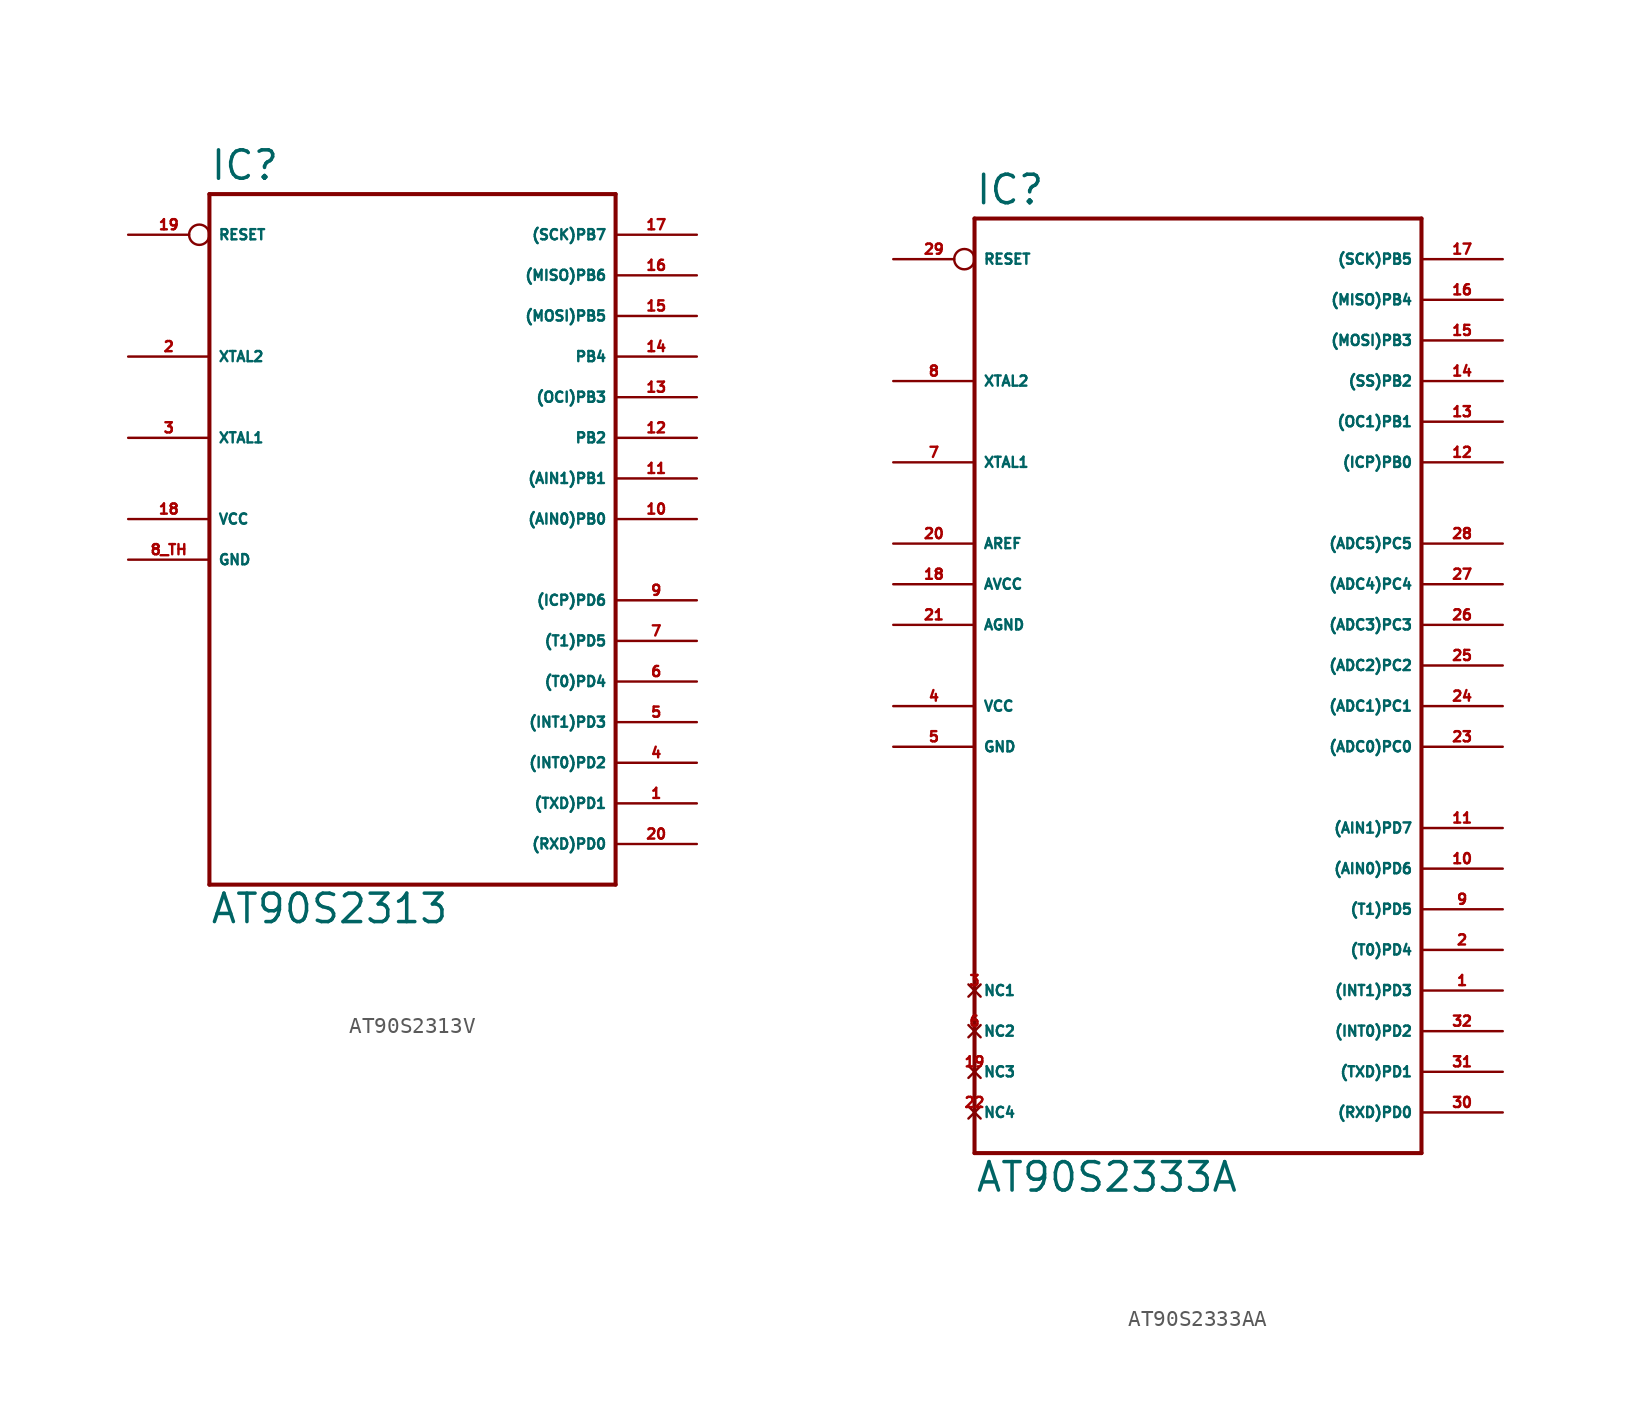
<source format=kicad_sym>
(kicad_symbol_lib
  (version 20220914)
  (generator Eagle2Kicad)
  (symbol "AT90S2313V"
    (property "Reference" "IC"
      (at -12.7 23.622 0)
      (effects (font (size 1.778 1.778) (thickness 0.22)) (justify left bottom)))
    (property "Value" "AT90S2313"
      (at -12.7 -22.86 0)
      (effects (font (size 1.778 1.778) (thickness 0.22)) (justify left bottom)))
    (polyline
      (pts (xy -12.7 22.86) (xy 12.7 22.86))
      (stroke (width 0.254) (type default))
      (fill (type none)))
    (polyline
      (pts (xy 12.7 22.86) (xy 12.7 -20.32))
      (stroke (width 0.254) (type default))
      (fill (type none)))
    (polyline
      (pts (xy 12.7 -20.32) (xy -12.7 -20.32))
      (stroke (width 0.254) (type default))
      (fill (type none)))
    (polyline
      (pts (xy -12.7 -20.32) (xy -12.7 22.86))
      (stroke (width 0.254) (type default))
      (fill (type none)))
    (pin bidirectional line
      (at 17.78 20.32 180)
      (length 5.08)
      (name "(SCK)PB7" (effects (font (size 0.635 0.635) (thickness 0.08)) (justify left bottom)))
      (number "17" (effects (font (size 0.635 0.635) (thickness 0.08)) (justify left bottom))))
    (pin bidirectional line
      (at 17.78 17.78 180)
      (length 5.08)
      (name "(MISO)PB6" (effects (font (size 0.635 0.635) (thickness 0.08)) (justify left bottom)))
      (number "16" (effects (font (size 0.635 0.635) (thickness 0.08)) (justify left bottom))))
    (pin bidirectional line
      (at 17.78 15.24 180)
      (length 5.08)
      (name "(MOSI)PB5" (effects (font (size 0.635 0.635) (thickness 0.08)) (justify left bottom)))
      (number "15" (effects (font (size 0.635 0.635) (thickness 0.08)) (justify left bottom))))
    (pin bidirectional line
      (at 17.78 12.7 180)
      (length 5.08)
      (name "PB4" (effects (font (size 0.635 0.635) (thickness 0.08)) (justify left bottom)))
      (number "14" (effects (font (size 0.635 0.635) (thickness 0.08)) (justify left bottom))))
    (pin bidirectional line
      (at 17.78 10.16 180)
      (length 5.08)
      (name "(OCI)PB3" (effects (font (size 0.635 0.635) (thickness 0.08)) (justify left bottom)))
      (number "13" (effects (font (size 0.635 0.635) (thickness 0.08)) (justify left bottom))))
    (pin bidirectional line
      (at 17.78 7.62 180)
      (length 5.08)
      (name "PB2" (effects (font (size 0.635 0.635) (thickness 0.08)) (justify left bottom)))
      (number "12" (effects (font (size 0.635 0.635) (thickness 0.08)) (justify left bottom))))
    (pin bidirectional line
      (at 17.78 5.08 180)
      (length 5.08)
      (name "(AIN1)PB1" (effects (font (size 0.635 0.635) (thickness 0.08)) (justify left bottom)))
      (number "11" (effects (font (size 0.635 0.635) (thickness 0.08)) (justify left bottom))))
    (pin bidirectional line
      (at 17.78 2.54 180)
      (length 5.08)
      (name "(AIN0)PB0" (effects (font (size 0.635 0.635) (thickness 0.08)) (justify left bottom)))
      (number "10" (effects (font (size 0.635 0.635) (thickness 0.08)) (justify left bottom))))
    (pin bidirectional line
      (at 17.78 -2.54 180)
      (length 5.08)
      (name "(ICP)PD6" (effects (font (size 0.635 0.635) (thickness 0.08)) (justify left bottom)))
      (number "9" (effects (font (size 0.635 0.635) (thickness 0.08)) (justify left bottom))))
    (pin bidirectional line
      (at 17.78 -5.08 180)
      (length 5.08)
      (name "(T1)PD5" (effects (font (size 0.635 0.635) (thickness 0.08)) (justify left bottom)))
      (number "7" (effects (font (size 0.635 0.635) (thickness 0.08)) (justify left bottom))))
    (pin bidirectional line
      (at 17.78 -7.62 180)
      (length 5.08)
      (name "(T0)PD4" (effects (font (size 0.635 0.635) (thickness 0.08)) (justify left bottom)))
      (number "6" (effects (font (size 0.635 0.635) (thickness 0.08)) (justify left bottom))))
    (pin bidirectional line
      (at 17.78 -10.16 180)
      (length 5.08)
      (name "(INT1)PD3" (effects (font (size 0.635 0.635) (thickness 0.08)) (justify left bottom)))
      (number "5" (effects (font (size 0.635 0.635) (thickness 0.08)) (justify left bottom))))
    (pin bidirectional line
      (at 17.78 -12.7 180)
      (length 5.08)
      (name "(INT0)PD2" (effects (font (size 0.635 0.635) (thickness 0.08)) (justify left bottom)))
      (number "4" (effects (font (size 0.635 0.635) (thickness 0.08)) (justify left bottom))))
    (pin bidirectional line
      (at 17.78 -15.24 180)
      (length 5.08)
      (name "(TXD)PD1" (effects (font (size 0.635 0.635) (thickness 0.08)) (justify left bottom)))
      (number "1" (effects (font (size 0.635 0.635) (thickness 0.08)) (justify left bottom))))
    (pin bidirectional line
      (at 17.78 -17.78 180)
      (length 5.08)
      (name "(RXD)PD0" (effects (font (size 0.635 0.635) (thickness 0.08)) (justify left bottom)))
      (number "20" (effects (font (size 0.635 0.635) (thickness 0.08)) (justify left bottom))))
    (pin unspecified line
      (at -17.78 0 0)
      (length 5.08)
      (name "GND" (effects (font (size 0.635 0.635) (thickness 0.08)) (justify left bottom)))
      (number "8 TH" (effects (font (size 0.635 0.635) (thickness 0.08)) (justify left bottom))))
    (pin unspecified line
      (at -17.78 2.54 0)
      (length 5.08)
      (name "VCC" (effects (font (size 0.635 0.635) (thickness 0.08)) (justify left bottom)))
      (number "18" (effects (font (size 0.635 0.635) (thickness 0.08)) (justify left bottom))))
    (pin bidirectional line
      (at -17.78 7.62 0)
      (length 5.08)
      (name "XTAL1" (effects (font (size 0.635 0.635) (thickness 0.08)) (justify left bottom)))
      (number "3" (effects (font (size 0.635 0.635) (thickness 0.08)) (justify left bottom))))
    (pin bidirectional line
      (at -17.78 12.7 0)
      (length 5.08)
      (name "XTAL2" (effects (font (size 0.635 0.635) (thickness 0.08)) (justify left bottom)))
      (number "2" (effects (font (size 0.635 0.635) (thickness 0.08)) (justify left bottom))))
    (pin bidirectional inverted
      (at -17.78 20.32 0)
      (length 5.08)
      (name "RESET" (effects (font (size 0.635 0.635) (thickness 0.08)) (justify left bottom)))
      (number "19" (effects (font (size 0.635 0.635) (thickness 0.08)) (justify left bottom)))))
  (symbol "AT90S2333AA"
    (property "Reference" "IC"
      (at -15.24 28.702 0)
      (effects (font (size 1.778 1.778) (thickness 0.22)) (justify left bottom)))
    (property "Value" "AT90S2333A"
      (at -15.24 -33.02 0)
      (effects (font (size 1.778 1.778) (thickness 0.22)) (justify left bottom)))
    (polyline
      (pts (xy -15.24 27.94) (xy 12.7 27.94))
      (stroke (width 0.254) (type default))
      (fill (type none)))
    (polyline
      (pts (xy 12.7 27.94) (xy 12.7 -30.48))
      (stroke (width 0.254) (type default))
      (fill (type none)))
    (polyline
      (pts (xy 12.7 -30.48) (xy -15.24 -30.48))
      (stroke (width 0.254) (type default))
      (fill (type none)))
    (polyline
      (pts (xy -15.24 -30.48) (xy -15.24 27.94))
      (stroke (width 0.254) (type default))
      (fill (type none)))
    (pin bidirectional line
      (at 17.78 7.62 180)
      (length 5.08)
      (name "(ADC5)PC5" (effects (font (size 0.635 0.635) (thickness 0.08)) (justify left bottom)))
      (number "28" (effects (font (size 0.635 0.635) (thickness 0.08)) (justify left bottom))))
    (pin bidirectional line
      (at 17.78 5.08 180)
      (length 5.08)
      (name "(ADC4)PC4" (effects (font (size 0.635 0.635) (thickness 0.08)) (justify left bottom)))
      (number "27" (effects (font (size 0.635 0.635) (thickness 0.08)) (justify left bottom))))
    (pin bidirectional line
      (at 17.78 2.54 180)
      (length 5.08)
      (name "(ADC3)PC3" (effects (font (size 0.635 0.635) (thickness 0.08)) (justify left bottom)))
      (number "26" (effects (font (size 0.635 0.635) (thickness 0.08)) (justify left bottom))))
    (pin bidirectional line
      (at 17.78 0 180)
      (length 5.08)
      (name "(ADC2)PC2" (effects (font (size 0.635 0.635) (thickness 0.08)) (justify left bottom)))
      (number "25" (effects (font (size 0.635 0.635) (thickness 0.08)) (justify left bottom))))
    (pin bidirectional line
      (at 17.78 -2.54 180)
      (length 5.08)
      (name "(ADC1)PC1" (effects (font (size 0.635 0.635) (thickness 0.08)) (justify left bottom)))
      (number "24" (effects (font (size 0.635 0.635) (thickness 0.08)) (justify left bottom))))
    (pin bidirectional line
      (at 17.78 -5.08 180)
      (length 5.08)
      (name "(ADC0)PC0" (effects (font (size 0.635 0.635) (thickness 0.08)) (justify left bottom)))
      (number "23" (effects (font (size 0.635 0.635) (thickness 0.08)) (justify left bottom))))
    (pin bidirectional line
      (at 17.78 25.4 180)
      (length 5.08)
      (name "(SCK)PB5" (effects (font (size 0.635 0.635) (thickness 0.08)) (justify left bottom)))
      (number "17" (effects (font (size 0.635 0.635) (thickness 0.08)) (justify left bottom))))
    (pin bidirectional line
      (at 17.78 22.86 180)
      (length 5.08)
      (name "(MISO)PB4" (effects (font (size 0.635 0.635) (thickness 0.08)) (justify left bottom)))
      (number "16" (effects (font (size 0.635 0.635) (thickness 0.08)) (justify left bottom))))
    (pin bidirectional line
      (at 17.78 20.32 180)
      (length 5.08)
      (name "(MOSI)PB3" (effects (font (size 0.635 0.635) (thickness 0.08)) (justify left bottom)))
      (number "15" (effects (font (size 0.635 0.635) (thickness 0.08)) (justify left bottom))))
    (pin bidirectional line
      (at 17.78 17.78 180)
      (length 5.08)
      (name "(SS)PB2" (effects (font (size 0.635 0.635) (thickness 0.08)) (justify left bottom)))
      (number "14" (effects (font (size 0.635 0.635) (thickness 0.08)) (justify left bottom))))
    (pin bidirectional line
      (at 17.78 15.24 180)
      (length 5.08)
      (name "(OC1)PB1" (effects (font (size 0.635 0.635) (thickness 0.08)) (justify left bottom)))
      (number "13" (effects (font (size 0.635 0.635) (thickness 0.08)) (justify left bottom))))
    (pin bidirectional line
      (at 17.78 12.7 180)
      (length 5.08)
      (name "(ICP)PB0" (effects (font (size 0.635 0.635) (thickness 0.08)) (justify left bottom)))
      (number "12" (effects (font (size 0.635 0.635) (thickness 0.08)) (justify left bottom))))
    (pin bidirectional line
      (at 17.78 -10.16 180)
      (length 5.08)
      (name "(AIN1)PD7" (effects (font (size 0.635 0.635) (thickness 0.08)) (justify left bottom)))
      (number "11" (effects (font (size 0.635 0.635) (thickness 0.08)) (justify left bottom))))
    (pin bidirectional line
      (at 17.78 -12.7 180)
      (length 5.08)
      (name "(AIN0)PD6" (effects (font (size 0.635 0.635) (thickness 0.08)) (justify left bottom)))
      (number "10" (effects (font (size 0.635 0.635) (thickness 0.08)) (justify left bottom))))
    (pin bidirectional line
      (at 17.78 -15.24 180)
      (length 5.08)
      (name "(T1)PD5" (effects (font (size 0.635 0.635) (thickness 0.08)) (justify left bottom)))
      (number "9" (effects (font (size 0.635 0.635) (thickness 0.08)) (justify left bottom))))
    (pin bidirectional line
      (at 17.78 -17.78 180)
      (length 5.08)
      (name "(T0)PD4" (effects (font (size 0.635 0.635) (thickness 0.08)) (justify left bottom)))
      (number "2" (effects (font (size 0.635 0.635) (thickness 0.08)) (justify left bottom))))
    (pin bidirectional line
      (at 17.78 -20.32 180)
      (length 5.08)
      (name "(INT1)PD3" (effects (font (size 0.635 0.635) (thickness 0.08)) (justify left bottom)))
      (number "1" (effects (font (size 0.635 0.635) (thickness 0.08)) (justify left bottom))))
    (pin bidirectional line
      (at 17.78 -22.86 180)
      (length 5.08)
      (name "(INT0)PD2" (effects (font (size 0.635 0.635) (thickness 0.08)) (justify left bottom)))
      (number "32" (effects (font (size 0.635 0.635) (thickness 0.08)) (justify left bottom))))
    (pin bidirectional line
      (at 17.78 -25.4 180)
      (length 5.08)
      (name "(TXD)PD1" (effects (font (size 0.635 0.635) (thickness 0.08)) (justify left bottom)))
      (number "31" (effects (font (size 0.635 0.635) (thickness 0.08)) (justify left bottom))))
    (pin bidirectional line
      (at 17.78 -27.94 180)
      (length 5.08)
      (name "(RXD)PD0" (effects (font (size 0.635 0.635) (thickness 0.08)) (justify left bottom)))
      (number "30" (effects (font (size 0.635 0.635) (thickness 0.08)) (justify left bottom))))
    (pin unspecified line
      (at -20.32 -5.08 0)
      (length 5.08)
      (name "GND" (effects (font (size 0.635 0.635) (thickness 0.08)) (justify left bottom)))
      (number "5" (effects (font (size 0.635 0.635) (thickness 0.08)) (justify left bottom))))
    (pin unspecified line
      (at -20.32 -2.54 0)
      (length 5.08)
      (name "VCC" (effects (font (size 0.635 0.635) (thickness 0.08)) (justify left bottom)))
      (number "4" (effects (font (size 0.635 0.635) (thickness 0.08)) (justify left bottom))))
    (pin unspecified line
      (at -20.32 5.08 0)
      (length 5.08)
      (name "AVCC" (effects (font (size 0.635 0.635) (thickness 0.08)) (justify left bottom)))
      (number "18" (effects (font (size 0.635 0.635) (thickness 0.08)) (justify left bottom))))
    (pin passive line
      (at -20.32 7.62 0)
      (length 5.08)
      (name "AREF" (effects (font (size 0.635 0.635) (thickness 0.08)) (justify left bottom)))
      (number "20" (effects (font (size 0.635 0.635) (thickness 0.08)) (justify left bottom))))
    (pin bidirectional line
      (at -20.32 12.7 0)
      (length 5.08)
      (name "XTAL1" (effects (font (size 0.635 0.635) (thickness 0.08)) (justify left bottom)))
      (number "7" (effects (font (size 0.635 0.635) (thickness 0.08)) (justify left bottom))))
    (pin bidirectional line
      (at -20.32 17.78 0)
      (length 5.08)
      (name "XTAL2" (effects (font (size 0.635 0.635) (thickness 0.08)) (justify left bottom)))
      (number "8" (effects (font (size 0.635 0.635) (thickness 0.08)) (justify left bottom))))
    (pin input inverted
      (at -20.32 25.4 0)
      (length 5.08)
      (name "RESET" (effects (font (size 0.635 0.635) (thickness 0.08)) (justify left bottom)))
      (number "29" (effects (font (size 0.635 0.635) (thickness 0.08)) (justify left bottom))))
    (pin unspecified line
      (at -20.32 2.54 0)
      (length 5.08)
      (name "AGND" (effects (font (size 0.635 0.635) (thickness 0.08)) (justify left bottom)))
      (number "21" (effects (font (size 0.635 0.635) (thickness 0.08)) (justify left bottom))))
    (pin no_connect line
      (at -15.24 -27.94 0)
      (length 0)
      (name "NC4" (effects (font (size 0.635 0.635) (thickness 0.08)) (justify left bottom) hide))
      (number "22" (effects (font (size 0.635 0.635) (thickness 0.08)) (justify left bottom) hide)))
    (pin no_connect line
      (at -15.24 -25.4 0)
      (length 0)
      (name "NC3" (effects (font (size 0.635 0.635) (thickness 0.08)) (justify left bottom) hide))
      (number "19" (effects (font (size 0.635 0.635) (thickness 0.08)) (justify left bottom) hide)))
    (pin no_connect line
      (at -15.24 -22.86 0)
      (length 0)
      (name "NC2" (effects (font (size 0.635 0.635) (thickness 0.08)) (justify left bottom) hide))
      (number "6" (effects (font (size 0.635 0.635) (thickness 0.08)) (justify left bottom) hide)))
    (pin no_connect line
      (at -15.24 -20.32 0)
      (length 0)
      (name "NC1" (effects (font (size 0.635 0.635) (thickness 0.08)) (justify left bottom) hide))
      (number "3" (effects (font (size 0.635 0.635) (thickness 0.08)) (justify left bottom) hide)))))
</source>
